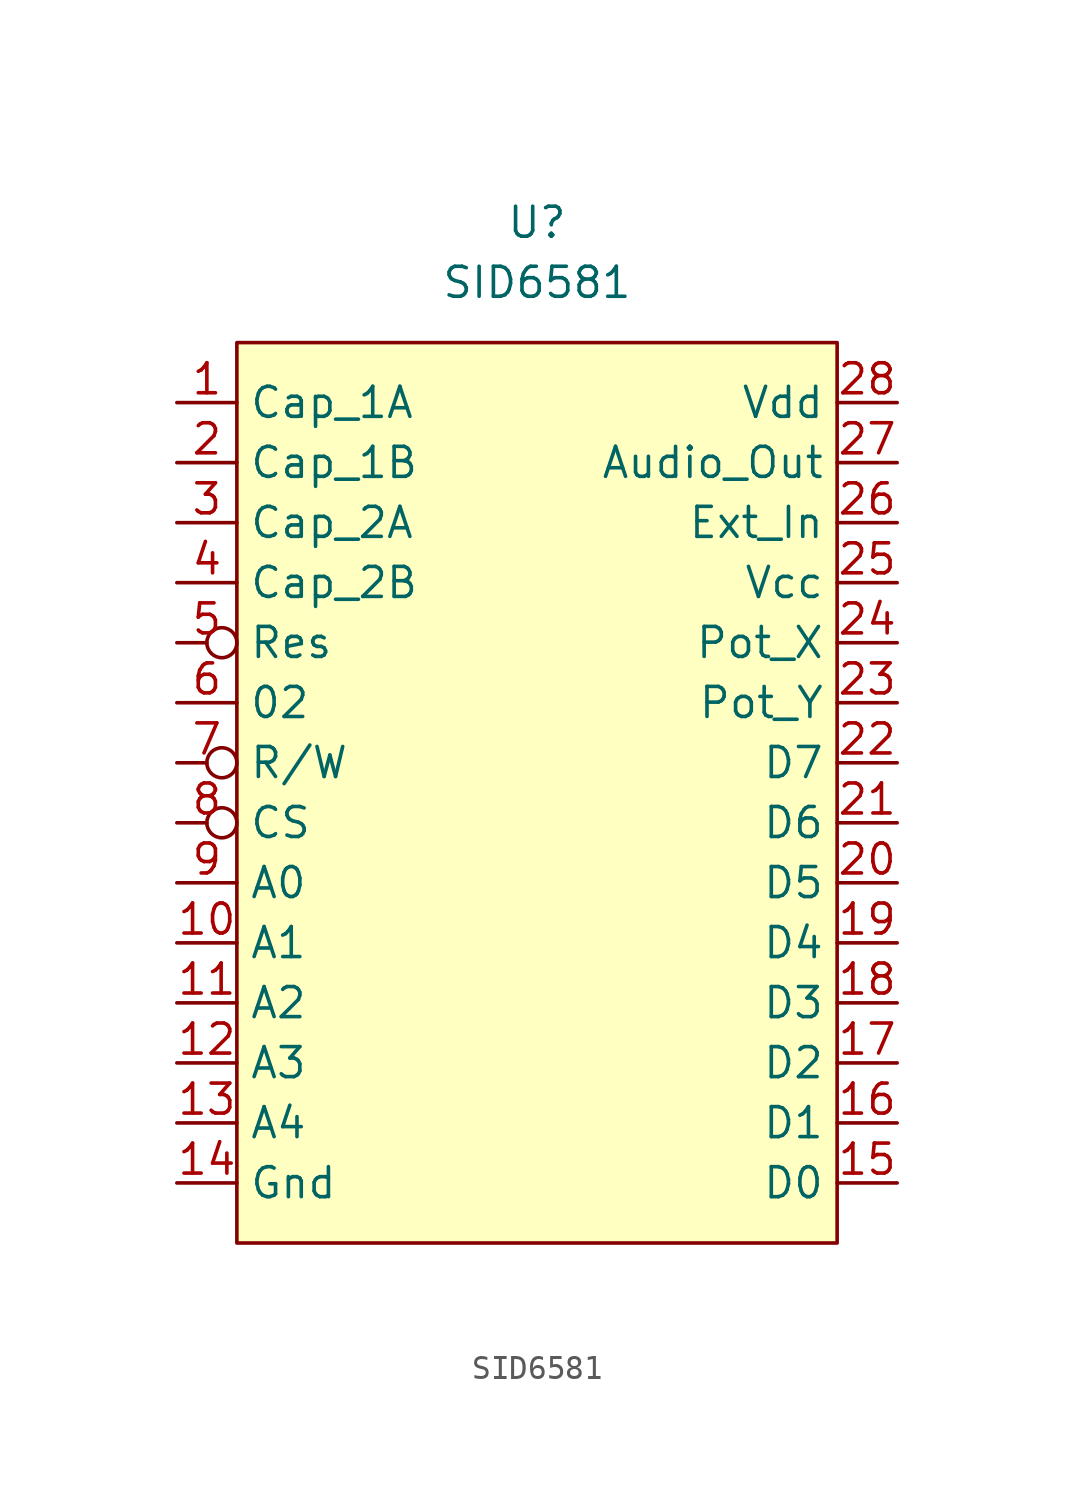
<source format=kicad_sym>
(kicad_symbol_lib
  (version 20211014)
  (generator kicad_symbol_editor)
  (symbol "SID6581"
    (property "Reference" "U"
      (at 0 45.72 0)
      (effects (font (size 1.27 1.27))))
    (property "Value" "SID6581"
      (at 0 43.18 0)
      (effects (font (size 1.27 1.27))))
    (symbol "SID6581_0_1"
      (rectangle (start -12.7 40.64) (end 12.7 2.54) (stroke (width 0) (type default) (color 0 0 0 0)) (fill (type background))))
    (symbol "SID6581_1_1"
      (pin output line (at -15.24 38.1 0) (length 2.54) (name "Cap_1A" (effects (font (size 1.27 1.27)))) (number "1" (effects (font (size 1.27 1.27)))))
      (pin input line (at -15.24 15.24 0) (length 2.54) (name "A1" (effects (font (size 1.27 1.27)))) (number "10" (effects (font (size 1.27 1.27)))))
      (pin input line (at -15.24 12.7 0) (length 2.54) (name "A2" (effects (font (size 1.27 1.27)))) (number "11" (effects (font (size 1.27 1.27)))))
      (pin input line (at -15.24 10.16 0) (length 2.54) (name "A3" (effects (font (size 1.27 1.27)))) (number "12" (effects (font (size 1.27 1.27)))))
      (pin input line (at -15.24 7.62 0) (length 2.54) (name "A4" (effects (font (size 1.27 1.27)))) (number "13" (effects (font (size 1.27 1.27)))))
      (pin power_out line (at -15.24 5.08 0) (length 2.54) (name "Gnd" (effects (font (size 1.27 1.27)))) (number "14" (effects (font (size 1.27 1.27)))))
      (pin input line (at 15.24 5.08 180) (length 2.54) (name "D0" (effects (font (size 1.27 1.27)))) (number "15" (effects (font (size 1.27 1.27)))))
      (pin input line (at 15.24 7.62 180) (length 2.54) (name "D1" (effects (font (size 1.27 1.27)))) (number "16" (effects (font (size 1.27 1.27)))))
      (pin input line (at 15.24 10.16 180) (length 2.54) (name "D2" (effects (font (size 1.27 1.27)))) (number "17" (effects (font (size 1.27 1.27)))))
      (pin input line (at 15.24 12.7 180) (length 2.54) (name "D3" (effects (font (size 1.27 1.27)))) (number "18" (effects (font (size 1.27 1.27)))))
      (pin input line (at 15.24 15.24 180) (length 2.54) (name "D4" (effects (font (size 1.27 1.27)))) (number "19" (effects (font (size 1.27 1.27)))))
      (pin input line (at -15.24 35.56 0) (length 2.54) (name "Cap_1B" (effects (font (size 1.27 1.27)))) (number "2" (effects (font (size 1.27 1.27)))))
      (pin input line (at 15.24 17.78 180) (length 2.54) (name "D5" (effects (font (size 1.27 1.27)))) (number "20" (effects (font (size 1.27 1.27)))))
      (pin input line (at 15.24 20.32 180) (length 2.54) (name "D6" (effects (font (size 1.27 1.27)))) (number "21" (effects (font (size 1.27 1.27)))))
      (pin input line (at 15.24 22.86 180) (length 2.54) (name "D7" (effects (font (size 1.27 1.27)))) (number "22" (effects (font (size 1.27 1.27)))))
      (pin input line (at 15.24 25.4 180) (length 2.54) (name "Pot_Y" (effects (font (size 1.27 1.27)))) (number "23" (effects (font (size 1.27 1.27)))))
      (pin input line (at 15.24 27.94 180) (length 2.54) (name "Pot_X" (effects (font (size 1.27 1.27)))) (number "24" (effects (font (size 1.27 1.27)))))
      (pin power_in line (at 15.24 30.48 180) (length 2.54) (name "Vcc" (effects (font (size 1.27 1.27)))) (number "25" (effects (font (size 1.27 1.27)))))
      (pin input line (at 15.24 33.02 180) (length 2.54) (name "Ext_In" (effects (font (size 1.27 1.27)))) (number "26" (effects (font (size 1.27 1.27)))))
      (pin output line (at 15.24 35.56 180) (length 2.54) (name "Audio_Out" (effects (font (size 1.27 1.27)))) (number "27" (effects (font (size 1.27 1.27)))))
      (pin power_in line (at 15.24 38.1 180) (length 2.54) (name "Vdd" (effects (font (size 1.27 1.27)))) (number "28" (effects (font (size 1.27 1.27)))))
      (pin output line (at -15.24 33.02 0) (length 2.54) (name "Cap_2A" (effects (font (size 1.27 1.27)))) (number "3" (effects (font (size 1.27 1.27)))))
      (pin input line (at -15.24 30.48 0) (length 2.54) (name "Cap_2B" (effects (font (size 1.27 1.27)))) (number "4" (effects (font (size 1.27 1.27)))))
      (pin input inverted (at -15.24 27.94 0) (length 2.54) (name "Res" (effects (font (size 1.27 1.27)))) (number "5" (effects (font (size 1.27 1.27)))))
      (pin input line (at -15.24 25.4 0) (length 2.54) (name "02" (effects (font (size 1.27 1.27)))) (number "6" (effects (font (size 1.27 1.27)))))
      (pin input inverted (at -15.24 22.86 0) (length 2.54) (name "R/W" (effects (font (size 1.27 1.27)))) (number "7" (effects (font (size 1.27 1.27)))))
      (pin input inverted (at -15.24 20.32 0) (length 2.54) (name "CS" (effects (font (size 1.27 1.27)))) (number "8" (effects (font (size 1.27 1.27)))))
      (pin input line (at -15.24 17.78 0) (length 2.54) (name "A0" (effects (font (size 1.27 1.27)))) (number "9" (effects (font (size 1.27 1.27))))))))
</source>
